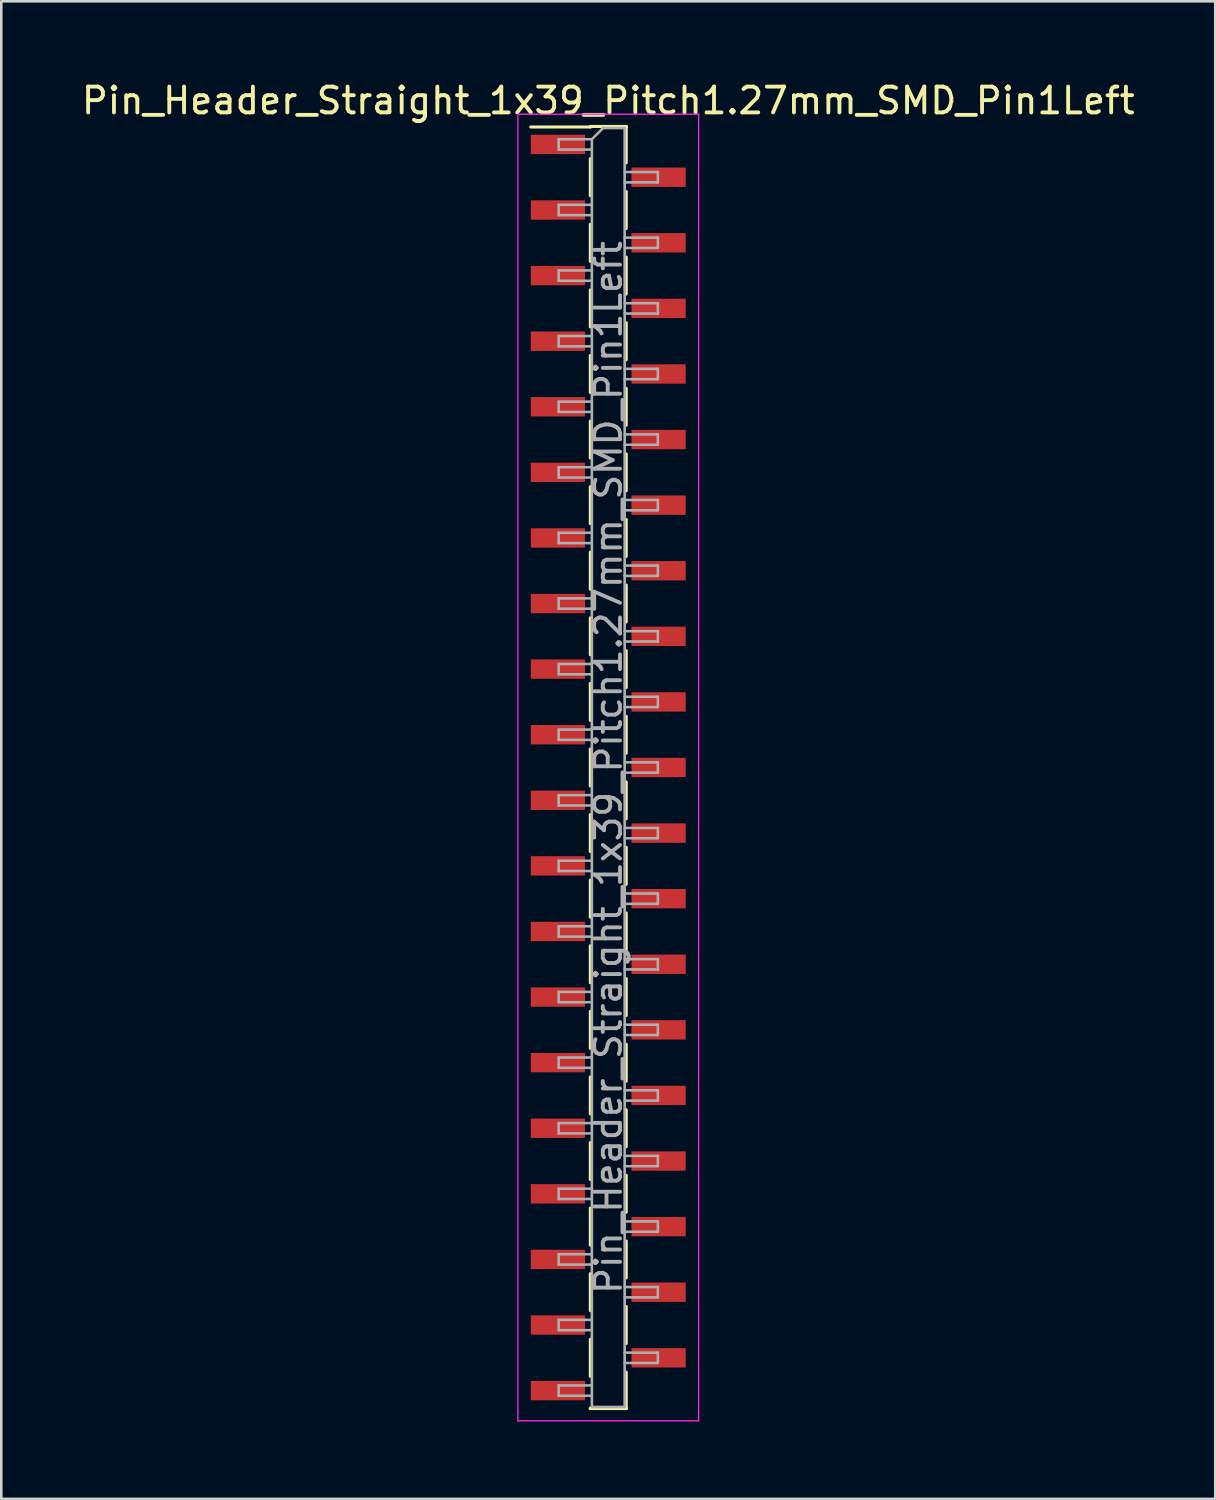
<source format=kicad_pcb>
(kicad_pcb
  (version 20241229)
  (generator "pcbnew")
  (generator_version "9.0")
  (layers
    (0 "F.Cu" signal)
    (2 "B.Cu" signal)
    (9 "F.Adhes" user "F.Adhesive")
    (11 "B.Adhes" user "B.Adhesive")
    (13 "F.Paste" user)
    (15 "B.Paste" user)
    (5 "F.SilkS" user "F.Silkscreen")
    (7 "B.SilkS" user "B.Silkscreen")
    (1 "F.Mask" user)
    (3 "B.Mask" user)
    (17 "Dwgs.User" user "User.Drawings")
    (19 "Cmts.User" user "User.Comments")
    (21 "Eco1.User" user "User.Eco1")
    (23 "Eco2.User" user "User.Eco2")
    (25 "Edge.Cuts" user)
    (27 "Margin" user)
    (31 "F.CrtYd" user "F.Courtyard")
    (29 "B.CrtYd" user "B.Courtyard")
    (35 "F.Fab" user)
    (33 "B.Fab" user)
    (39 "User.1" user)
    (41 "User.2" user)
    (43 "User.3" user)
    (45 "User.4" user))
  (footprint "Pin_Header_Straight_1x39_Pitch1.27mm_SMD_Pin1Left"
    (layer "F.Cu")
    (at 20.506 26.673)
    (property "Reference" "Pin_Header_Straight_1x39_Pitch1.27mm_SMD_Pin1Left" (at 0 -25.825 0) (layer "F.SilkS") (effects (font (size 1 1) (thickness 0.15))))
    (attr smd)
    (fp_line (start -0.695 -24.825) (end 0.695 -24.825) (stroke (width 0.12) (type solid)) (layer "F.SilkS"))
    (fp_line (start -0.695 -24.805) (end -3 -24.805) (stroke (width 0.12) (type solid)) (layer "F.SilkS"))
    (fp_line (start -0.695 -24.805) (end -0.695 -24.825) (stroke (width 0.12) (type solid)) (layer "F.SilkS"))
    (fp_line (start -0.695 -23.575) (end -0.695 -22.145) (stroke (width 0.12) (type solid)) (layer "F.SilkS"))
    (fp_line (start -0.695 -21.035) (end -0.695 -19.605) (stroke (width 0.12) (type solid)) (layer "F.SilkS"))
    (fp_line (start -0.695 -18.495) (end -0.695 -17.065) (stroke (width 0.12) (type solid)) (layer "F.SilkS"))
    (fp_line (start -0.695 -15.955) (end -0.695 -14.525) (stroke (width 0.12) (type solid)) (layer "F.SilkS"))
    (fp_line (start -0.695 -13.415) (end -0.695 -11.985) (stroke (width 0.12) (type solid)) (layer "F.SilkS"))
    (fp_line (start -0.695 -10.875) (end -0.695 -9.445) (stroke (width 0.12) (type solid)) (layer "F.SilkS"))
    (fp_line (start -0.695 -8.335) (end -0.695 -6.905) (stroke (width 0.12) (type solid)) (layer "F.SilkS"))
    (fp_line (start -0.695 -5.795) (end -0.695 -4.365) (stroke (width 0.12) (type solid)) (layer "F.SilkS"))
    (fp_line (start -0.695 -3.255) (end -0.695 -1.825) (stroke (width 0.12) (type solid)) (layer "F.SilkS"))
    (fp_line (start -0.695 -0.715) (end -0.695 0.715) (stroke (width 0.12) (type solid)) (layer "F.SilkS"))
    (fp_line (start -0.695 1.825) (end -0.695 3.255) (stroke (width 0.12) (type solid)) (layer "F.SilkS"))
    (fp_line (start -0.695 4.365) (end -0.695 5.795) (stroke (width 0.12) (type solid)) (layer "F.SilkS"))
    (fp_line (start -0.695 6.905) (end -0.695 8.335) (stroke (width 0.12) (type solid)) (layer "F.SilkS"))
    (fp_line (start -0.695 9.445) (end -0.695 10.875) (stroke (width 0.12) (type solid)) (layer "F.SilkS"))
    (fp_line (start -0.695 11.985) (end -0.695 13.415) (stroke (width 0.12) (type solid)) (layer "F.SilkS"))
    (fp_line (start -0.695 14.525) (end -0.695 15.955) (stroke (width 0.12) (type solid)) (layer "F.SilkS"))
    (fp_line (start -0.695 17.065) (end -0.695 18.495) (stroke (width 0.12) (type solid)) (layer "F.SilkS"))
    (fp_line (start -0.695 19.605) (end -0.695 21.035) (stroke (width 0.12) (type solid)) (layer "F.SilkS"))
    (fp_line (start -0.695 22.145) (end -0.695 23.575) (stroke (width 0.12) (type solid)) (layer "F.SilkS"))
    (fp_line (start -0.695 24.805) (end -0.695 24.825) (stroke (width 0.12) (type solid)) (layer "F.SilkS"))
    (fp_line (start -0.695 24.825) (end 0.695 24.825) (stroke (width 0.12) (type solid)) (layer "F.SilkS"))
    (fp_line (start 0.695 -24.825) (end 0.695 -24.805) (stroke (width 0.12) (type solid)) (layer "F.SilkS"))
    (fp_line (start 0.695 -24.825) (end 0.695 -23.415) (stroke (width 0.12) (type solid)) (layer "F.SilkS"))
    (fp_line (start 0.695 -22.305) (end 0.695 -20.875) (stroke (width 0.12) (type solid)) (layer "F.SilkS"))
    (fp_line (start 0.695 -19.765) (end 0.695 -18.335) (stroke (width 0.12) (type solid)) (layer "F.SilkS"))
    (fp_line (start 0.695 -17.225) (end 0.695 -15.795) (stroke (width 0.12) (type solid)) (layer "F.SilkS"))
    (fp_line (start 0.695 -14.685) (end 0.695 -13.255) (stroke (width 0.12) (type solid)) (layer "F.SilkS"))
    (fp_line (start 0.695 -12.145) (end 0.695 -10.715) (stroke (width 0.12) (type solid)) (layer "F.SilkS"))
    (fp_line (start 0.695 -9.605) (end 0.695 -8.175) (stroke (width 0.12) (type solid)) (layer "F.SilkS"))
    (fp_line (start 0.695 -7.065) (end 0.695 -5.635) (stroke (width 0.12) (type solid)) (layer "F.SilkS"))
    (fp_line (start 0.695 -4.525) (end 0.695 -3.095) (stroke (width 0.12) (type solid)) (layer "F.SilkS"))
    (fp_line (start 0.695 -1.985) (end 0.695 -0.555) (stroke (width 0.12) (type solid)) (layer "F.SilkS"))
    (fp_line (start 0.695 0.555) (end 0.695 1.985) (stroke (width 0.12) (type solid)) (layer "F.SilkS"))
    (fp_line (start 0.695 3.095) (end 0.695 4.525) (stroke (width 0.12) (type solid)) (layer "F.SilkS"))
    (fp_line (start 0.695 5.635) (end 0.695 7.065) (stroke (width 0.12) (type solid)) (layer "F.SilkS"))
    (fp_line (start 0.695 8.175) (end 0.695 9.605) (stroke (width 0.12) (type solid)) (layer "F.SilkS"))
    (fp_line (start 0.695 10.715) (end 0.695 12.145) (stroke (width 0.12) (type solid)) (layer "F.SilkS"))
    (fp_line (start 0.695 13.255) (end 0.695 14.685) (stroke (width 0.12) (type solid)) (layer "F.SilkS"))
    (fp_line (start 0.695 15.795) (end 0.695 17.225) (stroke (width 0.12) (type solid)) (layer "F.SilkS"))
    (fp_line (start 0.695 18.335) (end 0.695 19.765) (stroke (width 0.12) (type solid)) (layer "F.SilkS"))
    (fp_line (start 0.695 20.875) (end 0.695 22.305) (stroke (width 0.12) (type solid)) (layer "F.SilkS"))
    (fp_line (start 0.695 23.415) (end 0.695 24.825) (stroke (width 0.12) (type solid)) (layer "F.SilkS"))
    (fp_line (start 0.695 24.825) (end 0.695 24.805) (stroke (width 0.12) (type solid)) (layer "F.SilkS"))
    (fp_line (start -3.5 -25.3) (end -3.5 25.3) (stroke (width 0.05) (type solid)) (layer "F.CrtYd"))
    (fp_line (start -3.5 25.3) (end 3.5 25.3) (stroke (width 0.05) (type solid)) (layer "F.CrtYd"))
    (fp_line (start 3.5 -25.3) (end -3.5 -25.3) (stroke (width 0.05) (type solid)) (layer "F.CrtYd"))
    (fp_line (start 3.5 25.3) (end 3.5 -25.3) (stroke (width 0.05) (type solid)) (layer "F.CrtYd"))
    (fp_line (start -1.92 -24.33) (end -1.92 -23.93) (stroke (width 0.1) (type solid)) (layer "F.Fab"))
    (fp_line (start -1.92 -23.93) (end -0.635 -23.93) (stroke (width 0.1) (type solid)) (layer "F.Fab"))
    (fp_line (start -1.92 -21.79) (end -1.92 -21.39) (stroke (width 0.1) (type solid)) (layer "F.Fab"))
    (fp_line (start -1.92 -21.39) (end -0.635 -21.39) (stroke (width 0.1) (type solid)) (layer "F.Fab"))
    (fp_line (start -1.92 -19.25) (end -1.92 -18.85) (stroke (width 0.1) (type solid)) (layer "F.Fab"))
    (fp_line (start -1.92 -18.85) (end -0.635 -18.85) (stroke (width 0.1) (type solid)) (layer "F.Fab"))
    (fp_line (start -1.92 -16.71) (end -1.92 -16.31) (stroke (width 0.1) (type solid)) (layer "F.Fab"))
    (fp_line (start -1.92 -16.31) (end -0.635 -16.31) (stroke (width 0.1) (type solid)) (layer "F.Fab"))
    (fp_line (start -1.92 -14.17) (end -1.92 -13.77) (stroke (width 0.1) (type solid)) (layer "F.Fab"))
    (fp_line (start -1.92 -13.77) (end -0.635 -13.77) (stroke (width 0.1) (type solid)) (layer "F.Fab"))
    (fp_line (start -1.92 -11.63) (end -1.92 -11.23) (stroke (width 0.1) (type solid)) (layer "F.Fab"))
    (fp_line (start -1.92 -11.23) (end -0.635 -11.23) (stroke (width 0.1) (type solid)) (layer "F.Fab"))
    (fp_line (start -1.92 -9.09) (end -1.92 -8.69) (stroke (width 0.1) (type solid)) (layer "F.Fab"))
    (fp_line (start -1.92 -8.69) (end -0.635 -8.69) (stroke (width 0.1) (type solid)) (layer "F.Fab"))
    (fp_line (start -1.92 -6.55) (end -1.92 -6.15) (stroke (width 0.1) (type solid)) (layer "F.Fab"))
    (fp_line (start -1.92 -6.15) (end -0.635 -6.15) (stroke (width 0.1) (type solid)) (layer "F.Fab"))
    (fp_line (start -1.92 -4.01) (end -1.92 -3.61) (stroke (width 0.1) (type solid)) (layer "F.Fab"))
    (fp_line (start -1.92 -3.61) (end -0.635 -3.61) (stroke (width 0.1) (type solid)) (layer "F.Fab"))
    (fp_line (start -1.92 -1.47) (end -1.92 -1.07) (stroke (width 0.1) (type solid)) (layer "F.Fab"))
    (fp_line (start -1.92 -1.07) (end -0.635 -1.07) (stroke (width 0.1) (type solid)) (layer "F.Fab"))
    (fp_line (start -1.92 1.07) (end -1.92 1.47) (stroke (width 0.1) (type solid)) (layer "F.Fab"))
    (fp_line (start -1.92 1.47) (end -0.635 1.47) (stroke (width 0.1) (type solid)) (layer "F.Fab"))
    (fp_line (start -1.92 3.61) (end -1.92 4.01) (stroke (width 0.1) (type solid)) (layer "F.Fab"))
    (fp_line (start -1.92 4.01) (end -0.635 4.01) (stroke (width 0.1) (type solid)) (layer "F.Fab"))
    (fp_line (start -1.92 6.15) (end -1.92 6.55) (stroke (width 0.1) (type solid)) (layer "F.Fab"))
    (fp_line (start -1.92 6.55) (end -0.635 6.55) (stroke (width 0.1) (type solid)) (layer "F.Fab"))
    (fp_line (start -1.92 8.69) (end -1.92 9.09) (stroke (width 0.1) (type solid)) (layer "F.Fab"))
    (fp_line (start -1.92 9.09) (end -0.635 9.09) (stroke (width 0.1) (type solid)) (layer "F.Fab"))
    (fp_line (start -1.92 11.23) (end -1.92 11.63) (stroke (width 0.1) (type solid)) (layer "F.Fab"))
    (fp_line (start -1.92 11.63) (end -0.635 11.63) (stroke (width 0.1) (type solid)) (layer "F.Fab"))
    (fp_line (start -1.92 13.77) (end -1.92 14.17) (stroke (width 0.1) (type solid)) (layer "F.Fab"))
    (fp_line (start -1.92 14.17) (end -0.635 14.17) (stroke (width 0.1) (type solid)) (layer "F.Fab"))
    (fp_line (start -1.92 16.31) (end -1.92 16.71) (stroke (width 0.1) (type solid)) (layer "F.Fab"))
    (fp_line (start -1.92 16.71) (end -0.635 16.71) (stroke (width 0.1) (type solid)) (layer "F.Fab"))
    (fp_line (start -1.92 18.85) (end -1.92 19.25) (stroke (width 0.1) (type solid)) (layer "F.Fab"))
    (fp_line (start -1.92 19.25) (end -0.635 19.25) (stroke (width 0.1) (type solid)) (layer "F.Fab"))
    (fp_line (start -1.92 21.39) (end -1.92 21.79) (stroke (width 0.1) (type solid)) (layer "F.Fab"))
    (fp_line (start -1.92 21.79) (end -0.635 21.79) (stroke (width 0.1) (type solid)) (layer "F.Fab"))
    (fp_line (start -1.92 23.93) (end -1.92 24.33) (stroke (width 0.1) (type solid)) (layer "F.Fab"))
    (fp_line (start -1.92 24.33) (end -0.635 24.33) (stroke (width 0.1) (type solid)) (layer "F.Fab"))
    (fp_line (start -0.635 -24.33) (end -1.92 -24.33) (stroke (width 0.1) (type solid)) (layer "F.Fab"))
    (fp_line (start -0.635 -24.33) (end -0.2 -24.765) (stroke (width 0.1) (type solid)) (layer "F.Fab"))
    (fp_line (start -0.635 -21.79) (end -1.92 -21.79) (stroke (width 0.1) (type solid)) (layer "F.Fab"))
    (fp_line (start -0.635 -19.25) (end -1.92 -19.25) (stroke (width 0.1) (type solid)) (layer "F.Fab"))
    (fp_line (start -0.635 -16.71) (end -1.92 -16.71) (stroke (width 0.1) (type solid)) (layer "F.Fab"))
    (fp_line (start -0.635 -14.17) (end -1.92 -14.17) (stroke (width 0.1) (type solid)) (layer "F.Fab"))
    (fp_line (start -0.635 -11.63) (end -1.92 -11.63) (stroke (width 0.1) (type solid)) (layer "F.Fab"))
    (fp_line (start -0.635 -9.09) (end -1.92 -9.09) (stroke (width 0.1) (type solid)) (layer "F.Fab"))
    (fp_line (start -0.635 -6.55) (end -1.92 -6.55) (stroke (width 0.1) (type solid)) (layer "F.Fab"))
    (fp_line (start -0.635 -4.01) (end -1.92 -4.01) (stroke (width 0.1) (type solid)) (layer "F.Fab"))
    (fp_line (start -0.635 -1.47) (end -1.92 -1.47) (stroke (width 0.1) (type solid)) (layer "F.Fab"))
    (fp_line (start -0.635 1.07) (end -1.92 1.07) (stroke (width 0.1) (type solid)) (layer "F.Fab"))
    (fp_line (start -0.635 3.61) (end -1.92 3.61) (stroke (width 0.1) (type solid)) (layer "F.Fab"))
    (fp_line (start -0.635 6.15) (end -1.92 6.15) (stroke (width 0.1) (type solid)) (layer "F.Fab"))
    (fp_line (start -0.635 8.69) (end -1.92 8.69) (stroke (width 0.1) (type solid)) (layer "F.Fab"))
    (fp_line (start -0.635 11.23) (end -1.92 11.23) (stroke (width 0.1) (type solid)) (layer "F.Fab"))
    (fp_line (start -0.635 13.77) (end -1.92 13.77) (stroke (width 0.1) (type solid)) (layer "F.Fab"))
    (fp_line (start -0.635 16.31) (end -1.92 16.31) (stroke (width 0.1) (type solid)) (layer "F.Fab"))
    (fp_line (start -0.635 18.85) (end -1.92 18.85) (stroke (width 0.1) (type solid)) (layer "F.Fab"))
    (fp_line (start -0.635 21.39) (end -1.92 21.39) (stroke (width 0.1) (type solid)) (layer "F.Fab"))
    (fp_line (start -0.635 23.93) (end -1.92 23.93) (stroke (width 0.1) (type solid)) (layer "F.Fab"))
    (fp_line (start -0.635 24.765) (end -0.635 -24.33) (stroke (width 0.1) (type solid)) (layer "F.Fab"))
    (fp_line (start -0.2 -24.765) (end 0.635 -24.765) (stroke (width 0.1) (type solid)) (layer "F.Fab"))
    (fp_line (start 0.635 -24.765) (end 0.635 24.765) (stroke (width 0.1) (type solid)) (layer "F.Fab"))
    (fp_line (start 0.635 -23.06) (end 1.92 -23.06) (stroke (width 0.1) (type solid)) (layer "F.Fab"))
    (fp_line (start 0.635 -20.52) (end 1.92 -20.52) (stroke (width 0.1) (type solid)) (layer "F.Fab"))
    (fp_line (start 0.635 -17.98) (end 1.92 -17.98) (stroke (width 0.1) (type solid)) (layer "F.Fab"))
    (fp_line (start 0.635 -15.44) (end 1.92 -15.44) (stroke (width 0.1) (type solid)) (layer "F.Fab"))
    (fp_line (start 0.635 -12.9) (end 1.92 -12.9) (stroke (width 0.1) (type solid)) (layer "F.Fab"))
    (fp_line (start 0.635 -10.36) (end 1.92 -10.36) (stroke (width 0.1) (type solid)) (layer "F.Fab"))
    (fp_line (start 0.635 -7.82) (end 1.92 -7.82) (stroke (width 0.1) (type solid)) (layer "F.Fab"))
    (fp_line (start 0.635 -5.28) (end 1.92 -5.28) (stroke (width 0.1) (type solid)) (layer "F.Fab"))
    (fp_line (start 0.635 -2.74) (end 1.92 -2.74) (stroke (width 0.1) (type solid)) (layer "F.Fab"))
    (fp_line (start 0.635 -0.2) (end 1.92 -0.2) (stroke (width 0.1) (type solid)) (layer "F.Fab"))
    (fp_line (start 0.635 2.34) (end 1.92 2.34) (stroke (width 0.1) (type solid)) (layer "F.Fab"))
    (fp_line (start 0.635 4.88) (end 1.92 4.88) (stroke (width 0.1) (type solid)) (layer "F.Fab"))
    (fp_line (start 0.635 7.42) (end 1.92 7.42) (stroke (width 0.1) (type solid)) (layer "F.Fab"))
    (fp_line (start 0.635 9.96) (end 1.92 9.96) (stroke (width 0.1) (type solid)) (layer "F.Fab"))
    (fp_line (start 0.635 12.5) (end 1.92 12.5) (stroke (width 0.1) (type solid)) (layer "F.Fab"))
    (fp_line (start 0.635 15.04) (end 1.92 15.04) (stroke (width 0.1) (type solid)) (layer "F.Fab"))
    (fp_line (start 0.635 17.58) (end 1.92 17.58) (stroke (width 0.1) (type solid)) (layer "F.Fab"))
    (fp_line (start 0.635 20.12) (end 1.92 20.12) (stroke (width 0.1) (type solid)) (layer "F.Fab"))
    (fp_line (start 0.635 22.66) (end 1.92 22.66) (stroke (width 0.1) (type solid)) (layer "F.Fab"))
    (fp_line (start 0.635 24.765) (end -0.635 24.765) (stroke (width 0.1) (type solid)) (layer "F.Fab"))
    (fp_line (start 1.92 -23.06) (end 1.92 -22.66) (stroke (width 0.1) (type solid)) (layer "F.Fab"))
    (fp_line (start 1.92 -22.66) (end 0.635 -22.66) (stroke (width 0.1) (type solid)) (layer "F.Fab"))
    (fp_line (start 1.92 -20.52) (end 1.92 -20.12) (stroke (width 0.1) (type solid)) (layer "F.Fab"))
    (fp_line (start 1.92 -20.12) (end 0.635 -20.12) (stroke (width 0.1) (type solid)) (layer "F.Fab"))
    (fp_line (start 1.92 -17.98) (end 1.92 -17.58) (stroke (width 0.1) (type solid)) (layer "F.Fab"))
    (fp_line (start 1.92 -17.58) (end 0.635 -17.58) (stroke (width 0.1) (type solid)) (layer "F.Fab"))
    (fp_line (start 1.92 -15.44) (end 1.92 -15.04) (stroke (width 0.1) (type solid)) (layer "F.Fab"))
    (fp_line (start 1.92 -15.04) (end 0.635 -15.04) (stroke (width 0.1) (type solid)) (layer "F.Fab"))
    (fp_line (start 1.92 -12.9) (end 1.92 -12.5) (stroke (width 0.1) (type solid)) (layer "F.Fab"))
    (fp_line (start 1.92 -12.5) (end 0.635 -12.5) (stroke (width 0.1) (type solid)) (layer "F.Fab"))
    (fp_line (start 1.92 -10.36) (end 1.92 -9.96) (stroke (width 0.1) (type solid)) (layer "F.Fab"))
    (fp_line (start 1.92 -9.96) (end 0.635 -9.96) (stroke (width 0.1) (type solid)) (layer "F.Fab"))
    (fp_line (start 1.92 -7.82) (end 1.92 -7.42) (stroke (width 0.1) (type solid)) (layer "F.Fab"))
    (fp_line (start 1.92 -7.42) (end 0.635 -7.42) (stroke (width 0.1) (type solid)) (layer "F.Fab"))
    (fp_line (start 1.92 -5.28) (end 1.92 -4.88) (stroke (width 0.1) (type solid)) (layer "F.Fab"))
    (fp_line (start 1.92 -4.88) (end 0.635 -4.88) (stroke (width 0.1) (type solid)) (layer "F.Fab"))
    (fp_line (start 1.92 -2.74) (end 1.92 -2.34) (stroke (width 0.1) (type solid)) (layer "F.Fab"))
    (fp_line (start 1.92 -2.34) (end 0.635 -2.34) (stroke (width 0.1) (type solid)) (layer "F.Fab"))
    (fp_line (start 1.92 -0.2) (end 1.92 0.2) (stroke (width 0.1) (type solid)) (layer "F.Fab"))
    (fp_line (start 1.92 0.2) (end 0.635 0.2) (stroke (width 0.1) (type solid)) (layer "F.Fab"))
    (fp_line (start 1.92 2.34) (end 1.92 2.74) (stroke (width 0.1) (type solid)) (layer "F.Fab"))
    (fp_line (start 1.92 2.74) (end 0.635 2.74) (stroke (width 0.1) (type solid)) (layer "F.Fab"))
    (fp_line (start 1.92 4.88) (end 1.92 5.28) (stroke (width 0.1) (type solid)) (layer "F.Fab"))
    (fp_line (start 1.92 5.28) (end 0.635 5.28) (stroke (width 0.1) (type solid)) (layer "F.Fab"))
    (fp_line (start 1.92 7.42) (end 1.92 7.82) (stroke (width 0.1) (type solid)) (layer "F.Fab"))
    (fp_line (start 1.92 7.82) (end 0.635 7.82) (stroke (width 0.1) (type solid)) (layer "F.Fab"))
    (fp_line (start 1.92 9.96) (end 1.92 10.36) (stroke (width 0.1) (type solid)) (layer "F.Fab"))
    (fp_line (start 1.92 10.36) (end 0.635 10.36) (stroke (width 0.1) (type solid)) (layer "F.Fab"))
    (fp_line (start 1.92 12.5) (end 1.92 12.9) (stroke (width 0.1) (type solid)) (layer "F.Fab"))
    (fp_line (start 1.92 12.9) (end 0.635 12.9) (stroke (width 0.1) (type solid)) (layer "F.Fab"))
    (fp_line (start 1.92 15.04) (end 1.92 15.44) (stroke (width 0.1) (type solid)) (layer "F.Fab"))
    (fp_line (start 1.92 15.44) (end 0.635 15.44) (stroke (width 0.1) (type solid)) (layer "F.Fab"))
    (fp_line (start 1.92 17.58) (end 1.92 17.98) (stroke (width 0.1) (type solid)) (layer "F.Fab"))
    (fp_line (start 1.92 17.98) (end 0.635 17.98) (stroke (width 0.1) (type solid)) (layer "F.Fab"))
    (fp_line (start 1.92 20.12) (end 1.92 20.52) (stroke (width 0.1) (type solid)) (layer "F.Fab"))
    (fp_line (start 1.92 20.52) (end 0.635 20.52) (stroke (width 0.1) (type solid)) (layer "F.Fab"))
    (fp_line (start 1.92 22.66) (end 1.92 23.06) (stroke (width 0.1) (type solid)) (layer "F.Fab"))
    (fp_line (start 1.92 23.06) (end 0.635 23.06) (stroke (width 0.1) (type solid)) (layer "F.Fab"))
    (fp_text user "${REFERENCE}" (at 0 0 90) (layer "F.Fab") (effects (font (size 1 1) (thickness 0.15))))
    (pad "1" smd rect (at -1.95 -24.13) (size 2.1 0.75) (layers "F.Cu" "F.Mask" "F.Paste"))
    (pad "2" smd rect (at 1.95 -22.86) (size 2.1 0.75) (layers "F.Cu" "F.Mask" "F.Paste"))
    (pad "3" smd rect (at -1.95 -21.59) (size 2.1 0.75) (layers "F.Cu" "F.Mask" "F.Paste"))
    (pad "4" smd rect (at 1.95 -20.32) (size 2.1 0.75) (layers "F.Cu" "F.Mask" "F.Paste"))
    (pad "5" smd rect (at -1.95 -19.05) (size 2.1 0.75) (layers "F.Cu" "F.Mask" "F.Paste"))
    (pad "6" smd rect (at 1.95 -17.78) (size 2.1 0.75) (layers "F.Cu" "F.Mask" "F.Paste"))
    (pad "7" smd rect (at -1.95 -16.51) (size 2.1 0.75) (layers "F.Cu" "F.Mask" "F.Paste"))
    (pad "8" smd rect (at 1.95 -15.24) (size 2.1 0.75) (layers "F.Cu" "F.Mask" "F.Paste"))
    (pad "9" smd rect (at -1.95 -13.97) (size 2.1 0.75) (layers "F.Cu" "F.Mask" "F.Paste"))
    (pad "10" smd rect (at 1.95 -12.7) (size 2.1 0.75) (layers "F.Cu" "F.Mask" "F.Paste"))
    (pad "11" smd rect (at -1.95 -11.43) (size 2.1 0.75) (layers "F.Cu" "F.Mask" "F.Paste"))
    (pad "12" smd rect (at 1.95 -10.16) (size 2.1 0.75) (layers "F.Cu" "F.Mask" "F.Paste"))
    (pad "13" smd rect (at -1.95 -8.89) (size 2.1 0.75) (layers "F.Cu" "F.Mask" "F.Paste"))
    (pad "14" smd rect (at 1.95 -7.62) (size 2.1 0.75) (layers "F.Cu" "F.Mask" "F.Paste"))
    (pad "15" smd rect (at -1.95 -6.35) (size 2.1 0.75) (layers "F.Cu" "F.Mask" "F.Paste"))
    (pad "16" smd rect (at 1.95 -5.08) (size 2.1 0.75) (layers "F.Cu" "F.Mask" "F.Paste"))
    (pad "17" smd rect (at -1.95 -3.81) (size 2.1 0.75) (layers "F.Cu" "F.Mask" "F.Paste"))
    (pad "18" smd rect (at 1.95 -2.54) (size 2.1 0.75) (layers "F.Cu" "F.Mask" "F.Paste"))
    (pad "19" smd rect (at -1.95 -1.27) (size 2.1 0.75) (layers "F.Cu" "F.Mask" "F.Paste"))
    (pad "20" smd rect (at 1.95 0) (size 2.1 0.75) (layers "F.Cu" "F.Mask" "F.Paste"))
    (pad "21" smd rect (at -1.95 1.27) (size 2.1 0.75) (layers "F.Cu" "F.Mask" "F.Paste"))
    (pad "22" smd rect (at 1.95 2.54) (size 2.1 0.75) (layers "F.Cu" "F.Mask" "F.Paste"))
    (pad "23" smd rect (at -1.95 3.81) (size 2.1 0.75) (layers "F.Cu" "F.Mask" "F.Paste"))
    (pad "24" smd rect (at 1.95 5.08) (size 2.1 0.75) (layers "F.Cu" "F.Mask" "F.Paste"))
    (pad "25" smd rect (at -1.95 6.35) (size 2.1 0.75) (layers "F.Cu" "F.Mask" "F.Paste"))
    (pad "26" smd rect (at 1.95 7.62) (size 2.1 0.75) (layers "F.Cu" "F.Mask" "F.Paste"))
    (pad "27" smd rect (at -1.95 8.89) (size 2.1 0.75) (layers "F.Cu" "F.Mask" "F.Paste"))
    (pad "28" smd rect (at 1.95 10.16) (size 2.1 0.75) (layers "F.Cu" "F.Mask" "F.Paste"))
    (pad "29" smd rect (at -1.95 11.43) (size 2.1 0.75) (layers "F.Cu" "F.Mask" "F.Paste"))
    (pad "30" smd rect (at 1.95 12.7) (size 2.1 0.75) (layers "F.Cu" "F.Mask" "F.Paste"))
    (pad "31" smd rect (at -1.95 13.97) (size 2.1 0.75) (layers "F.Cu" "F.Mask" "F.Paste"))
    (pad "32" smd rect (at 1.95 15.24) (size 2.1 0.75) (layers "F.Cu" "F.Mask" "F.Paste"))
    (pad "33" smd rect (at -1.95 16.51) (size 2.1 0.75) (layers "F.Cu" "F.Mask" "F.Paste"))
    (pad "34" smd rect (at 1.95 17.78) (size 2.1 0.75) (layers "F.Cu" "F.Mask" "F.Paste"))
    (pad "35" smd rect (at -1.95 19.05) (size 2.1 0.75) (layers "F.Cu" "F.Mask" "F.Paste"))
    (pad "36" smd rect (at 1.95 20.32) (size 2.1 0.75) (layers "F.Cu" "F.Mask" "F.Paste"))
    (pad "37" smd rect (at -1.95 21.59) (size 2.1 0.75) (layers "F.Cu" "F.Mask" "F.Paste"))
    (pad "38" smd rect (at 1.95 22.86) (size 2.1 0.75) (layers "F.Cu" "F.Mask" "F.Paste"))
    (pad "39" smd rect (at -1.95 24.13) (size 2.1 0.75) (layers "F.Cu" "F.Mask" "F.Paste")))
  (gr_rect
    (start -3 -3)
    (end 44.012 54.998)
    (stroke (width 0.1) (type default))
    (fill no)
    (layer "Edge.Cuts")))
</source>
